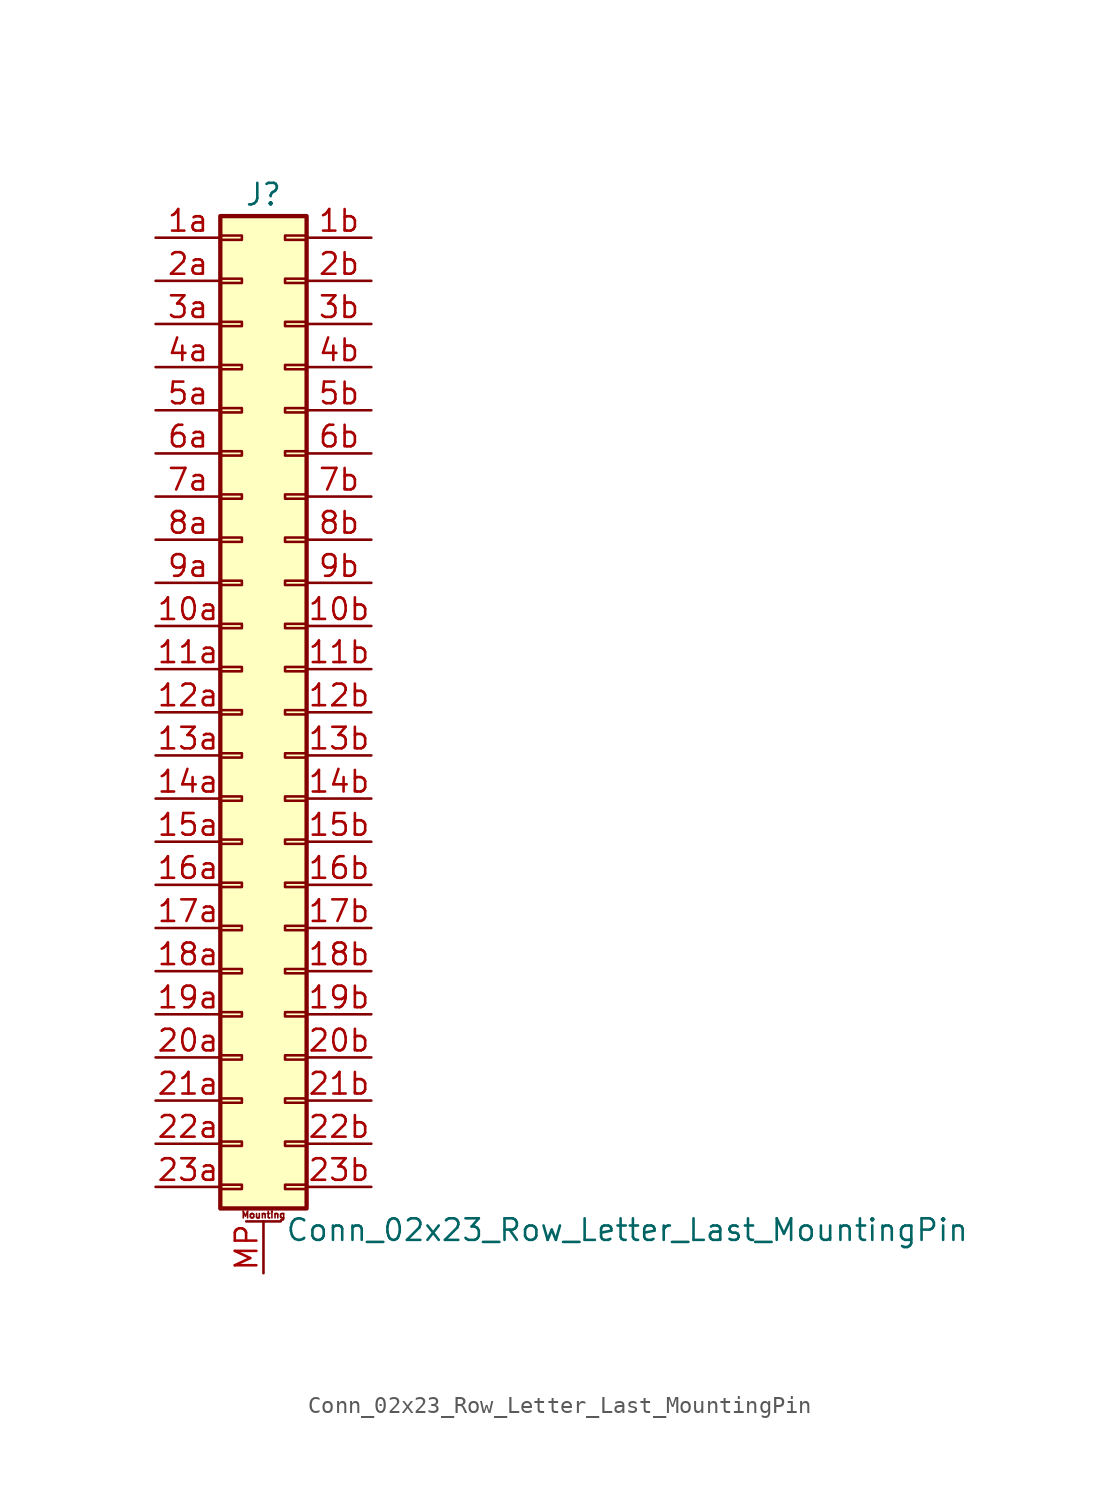
<source format=kicad_sym>
(kicad_symbol_lib
  (version 20211014)
  (generator kicad_symbol_editor)
  (symbol "Conn_02x23_Row_Letter_Last_MountingPin"
    (pin_names
      (offset 1.016) hide)
    (property "Reference" "J"
      (at 1.27 30.48 0)
      (effects (font (size 1.27 1.27))))
    (property "Value" "Conn_02x23_Row_Letter_Last_MountingPin"
      (at 2.54 -30.48 0)
      (effects (font (size 1.27 1.27)) (justify left)))
    (symbol "Conn_02x23_Row_Letter_Last_MountingPin_1_1"
      (rectangle (start -1.27 -27.813) (end 0 -28.067) (stroke (width 0.152) (type default) (color 0 0 0 0)) (fill (type none)))
      (rectangle (start -1.27 -25.273) (end 0 -25.527) (stroke (width 0.152) (type default) (color 0 0 0 0)) (fill (type none)))
      (rectangle (start -1.27 -22.733) (end 0 -22.987) (stroke (width 0.152) (type default) (color 0 0 0 0)) (fill (type none)))
      (rectangle (start -1.27 -20.193) (end 0 -20.447) (stroke (width 0.152) (type default) (color 0 0 0 0)) (fill (type none)))
      (rectangle (start -1.27 -17.653) (end 0 -17.907) (stroke (width 0.152) (type default) (color 0 0 0 0)) (fill (type none)))
      (rectangle (start -1.27 -15.113) (end 0 -15.367) (stroke (width 0.152) (type default) (color 0 0 0 0)) (fill (type none)))
      (rectangle (start -1.27 -12.573) (end 0 -12.827) (stroke (width 0.152) (type default) (color 0 0 0 0)) (fill (type none)))
      (rectangle (start -1.27 -10.033) (end 0 -10.287) (stroke (width 0.152) (type default) (color 0 0 0 0)) (fill (type none)))
      (rectangle (start -1.27 -7.493) (end 0 -7.747) (stroke (width 0.152) (type default) (color 0 0 0 0)) (fill (type none)))
      (rectangle (start -1.27 -4.953) (end 0 -5.207) (stroke (width 0.152) (type default) (color 0 0 0 0)) (fill (type none)))
      (rectangle (start -1.27 -2.413) (end 0 -2.667) (stroke (width 0.152) (type default) (color 0 0 0 0)) (fill (type none)))
      (rectangle (start -1.27 0.127) (end 0 -0.127) (stroke (width 0.152) (type default) (color 0 0 0 0)) (fill (type none)))
      (rectangle (start -1.27 2.667) (end 0 2.413) (stroke (width 0.152) (type default) (color 0 0 0 0)) (fill (type none)))
      (rectangle (start -1.27 5.207) (end 0 4.953) (stroke (width 0.152) (type default) (color 0 0 0 0)) (fill (type none)))
      (rectangle (start -1.27 7.747) (end 0 7.493) (stroke (width 0.152) (type default) (color 0 0 0 0)) (fill (type none)))
      (rectangle (start -1.27 10.287) (end 0 10.033) (stroke (width 0.152) (type default) (color 0 0 0 0)) (fill (type none)))
      (rectangle (start -1.27 12.827) (end 0 12.573) (stroke (width 0.152) (type default) (color 0 0 0 0)) (fill (type none)))
      (rectangle (start -1.27 15.367) (end 0 15.113) (stroke (width 0.152) (type default) (color 0 0 0 0)) (fill (type none)))
      (rectangle (start -1.27 17.907) (end 0 17.653) (stroke (width 0.152) (type default) (color 0 0 0 0)) (fill (type none)))
      (rectangle (start -1.27 20.447) (end 0 20.193) (stroke (width 0.152) (type default) (color 0 0 0 0)) (fill (type none)))
      (rectangle (start -1.27 22.987) (end 0 22.733) (stroke (width 0.152) (type default) (color 0 0 0 0)) (fill (type none)))
      (rectangle (start -1.27 25.527) (end 0 25.273) (stroke (width 0.152) (type default) (color 0 0 0 0)) (fill (type none)))
      (rectangle (start -1.27 28.067) (end 0 27.813) (stroke (width 0.152) (type default) (color 0 0 0 0)) (fill (type none)))
      (rectangle (start -1.27 29.21) (end 3.81 -29.21) (stroke (width 0.254) (type default) (color 0 0 0 0)) (fill (type background)))
      (polyline (pts (xy 0.254 -29.972) (xy 2.286 -29.972)) (stroke (width 0.152) (type default) (color 0 0 0 0)) (fill (type none)))
      (rectangle (start 3.81 -27.813) (end 2.54 -28.067) (stroke (width 0.152) (type default) (color 0 0 0 0)) (fill (type none)))
      (rectangle (start 3.81 -25.273) (end 2.54 -25.527) (stroke (width 0.152) (type default) (color 0 0 0 0)) (fill (type none)))
      (rectangle (start 3.81 -22.733) (end 2.54 -22.987) (stroke (width 0.152) (type default) (color 0 0 0 0)) (fill (type none)))
      (rectangle (start 3.81 -20.193) (end 2.54 -20.447) (stroke (width 0.152) (type default) (color 0 0 0 0)) (fill (type none)))
      (rectangle (start 3.81 -17.653) (end 2.54 -17.907) (stroke (width 0.152) (type default) (color 0 0 0 0)) (fill (type none)))
      (rectangle (start 3.81 -15.113) (end 2.54 -15.367) (stroke (width 0.152) (type default) (color 0 0 0 0)) (fill (type none)))
      (rectangle (start 3.81 -12.573) (end 2.54 -12.827) (stroke (width 0.152) (type default) (color 0 0 0 0)) (fill (type none)))
      (rectangle (start 3.81 -10.033) (end 2.54 -10.287) (stroke (width 0.152) (type default) (color 0 0 0 0)) (fill (type none)))
      (rectangle (start 3.81 -7.493) (end 2.54 -7.747) (stroke (width 0.152) (type default) (color 0 0 0 0)) (fill (type none)))
      (rectangle (start 3.81 -4.953) (end 2.54 -5.207) (stroke (width 0.152) (type default) (color 0 0 0 0)) (fill (type none)))
      (rectangle (start 3.81 -2.413) (end 2.54 -2.667) (stroke (width 0.152) (type default) (color 0 0 0 0)) (fill (type none)))
      (rectangle (start 3.81 0.127) (end 2.54 -0.127) (stroke (width 0.152) (type default) (color 0 0 0 0)) (fill (type none)))
      (rectangle (start 3.81 2.667) (end 2.54 2.413) (stroke (width 0.152) (type default) (color 0 0 0 0)) (fill (type none)))
      (rectangle (start 3.81 5.207) (end 2.54 4.953) (stroke (width 0.152) (type default) (color 0 0 0 0)) (fill (type none)))
      (rectangle (start 3.81 7.747) (end 2.54 7.493) (stroke (width 0.152) (type default) (color 0 0 0 0)) (fill (type none)))
      (rectangle (start 3.81 10.287) (end 2.54 10.033) (stroke (width 0.152) (type default) (color 0 0 0 0)) (fill (type none)))
      (rectangle (start 3.81 12.827) (end 2.54 12.573) (stroke (width 0.152) (type default) (color 0 0 0 0)) (fill (type none)))
      (rectangle (start 3.81 15.367) (end 2.54 15.113) (stroke (width 0.152) (type default) (color 0 0 0 0)) (fill (type none)))
      (rectangle (start 3.81 17.907) (end 2.54 17.653) (stroke (width 0.152) (type default) (color 0 0 0 0)) (fill (type none)))
      (rectangle (start 3.81 20.447) (end 2.54 20.193) (stroke (width 0.152) (type default) (color 0 0 0 0)) (fill (type none)))
      (rectangle (start 3.81 22.987) (end 2.54 22.733) (stroke (width 0.152) (type default) (color 0 0 0 0)) (fill (type none)))
      (rectangle (start 3.81 25.527) (end 2.54 25.273) (stroke (width 0.152) (type default) (color 0 0 0 0)) (fill (type none)))
      (rectangle (start 3.81 28.067) (end 2.54 27.813) (stroke (width 0.152) (type default) (color 0 0 0 0)) (fill (type none)))
      (text "Mounting" (at 1.27 -29.591 0) (effects (font (size 0.381 0.381))))
      (pin passive line (at -5.08 5.08 0) (length 3.81) (name "Pin_10a" (effects (font (size 1.27 1.27)))) (number "10a" (effects (font (size 1.27 1.27)))))
      (pin passive line (at 7.62 5.08 180) (length 3.81) (name "Pin_10b" (effects (font (size 1.27 1.27)))) (number "10b" (effects (font (size 1.27 1.27)))))
      (pin passive line (at -5.08 2.54 0) (length 3.81) (name "Pin_11a" (effects (font (size 1.27 1.27)))) (number "11a" (effects (font (size 1.27 1.27)))))
      (pin passive line (at 7.62 2.54 180) (length 3.81) (name "Pin_11b" (effects (font (size 1.27 1.27)))) (number "11b" (effects (font (size 1.27 1.27)))))
      (pin passive line (at -5.08 0 0) (length 3.81) (name "Pin_12a" (effects (font (size 1.27 1.27)))) (number "12a" (effects (font (size 1.27 1.27)))))
      (pin passive line (at 7.62 0 180) (length 3.81) (name "Pin_12b" (effects (font (size 1.27 1.27)))) (number "12b" (effects (font (size 1.27 1.27)))))
      (pin passive line (at -5.08 -2.54 0) (length 3.81) (name "Pin_13a" (effects (font (size 1.27 1.27)))) (number "13a" (effects (font (size 1.27 1.27)))))
      (pin passive line (at 7.62 -2.54 180) (length 3.81) (name "Pin_13b" (effects (font (size 1.27 1.27)))) (number "13b" (effects (font (size 1.27 1.27)))))
      (pin passive line (at -5.08 -5.08 0) (length 3.81) (name "Pin_14a" (effects (font (size 1.27 1.27)))) (number "14a" (effects (font (size 1.27 1.27)))))
      (pin passive line (at 7.62 -5.08 180) (length 3.81) (name "Pin_14b" (effects (font (size 1.27 1.27)))) (number "14b" (effects (font (size 1.27 1.27)))))
      (pin passive line (at -5.08 -7.62 0) (length 3.81) (name "Pin_15a" (effects (font (size 1.27 1.27)))) (number "15a" (effects (font (size 1.27 1.27)))))
      (pin passive line (at 7.62 -7.62 180) (length 3.81) (name "Pin_15b" (effects (font (size 1.27 1.27)))) (number "15b" (effects (font (size 1.27 1.27)))))
      (pin passive line (at -5.08 -10.16 0) (length 3.81) (name "Pin_16a" (effects (font (size 1.27 1.27)))) (number "16a" (effects (font (size 1.27 1.27)))))
      (pin passive line (at 7.62 -10.16 180) (length 3.81) (name "Pin_16b" (effects (font (size 1.27 1.27)))) (number "16b" (effects (font (size 1.27 1.27)))))
      (pin passive line (at -5.08 -12.7 0) (length 3.81) (name "Pin_17a" (effects (font (size 1.27 1.27)))) (number "17a" (effects (font (size 1.27 1.27)))))
      (pin passive line (at 7.62 -12.7 180) (length 3.81) (name "Pin_17b" (effects (font (size 1.27 1.27)))) (number "17b" (effects (font (size 1.27 1.27)))))
      (pin passive line (at -5.08 -15.24 0) (length 3.81) (name "Pin_18a" (effects (font (size 1.27 1.27)))) (number "18a" (effects (font (size 1.27 1.27)))))
      (pin passive line (at 7.62 -15.24 180) (length 3.81) (name "Pin_18b" (effects (font (size 1.27 1.27)))) (number "18b" (effects (font (size 1.27 1.27)))))
      (pin passive line (at -5.08 -17.78 0) (length 3.81) (name "Pin_19a" (effects (font (size 1.27 1.27)))) (number "19a" (effects (font (size 1.27 1.27)))))
      (pin passive line (at 7.62 -17.78 180) (length 3.81) (name "Pin_19b" (effects (font (size 1.27 1.27)))) (number "19b" (effects (font (size 1.27 1.27)))))
      (pin passive line (at -5.08 27.94 0) (length 3.81) (name "Pin_1a" (effects (font (size 1.27 1.27)))) (number "1a" (effects (font (size 1.27 1.27)))))
      (pin passive line (at 7.62 27.94 180) (length 3.81) (name "Pin_1b" (effects (font (size 1.27 1.27)))) (number "1b" (effects (font (size 1.27 1.27)))))
      (pin passive line (at -5.08 -20.32 0) (length 3.81) (name "Pin_20a" (effects (font (size 1.27 1.27)))) (number "20a" (effects (font (size 1.27 1.27)))))
      (pin passive line (at 7.62 -20.32 180) (length 3.81) (name "Pin_20b" (effects (font (size 1.27 1.27)))) (number "20b" (effects (font (size 1.27 1.27)))))
      (pin passive line (at -5.08 -22.86 0) (length 3.81) (name "Pin_21a" (effects (font (size 1.27 1.27)))) (number "21a" (effects (font (size 1.27 1.27)))))
      (pin passive line (at 7.62 -22.86 180) (length 3.81) (name "Pin_21b" (effects (font (size 1.27 1.27)))) (number "21b" (effects (font (size 1.27 1.27)))))
      (pin passive line (at -5.08 -25.4 0) (length 3.81) (name "Pin_22a" (effects (font (size 1.27 1.27)))) (number "22a" (effects (font (size 1.27 1.27)))))
      (pin passive line (at 7.62 -25.4 180) (length 3.81) (name "Pin_22b" (effects (font (size 1.27 1.27)))) (number "22b" (effects (font (size 1.27 1.27)))))
      (pin passive line (at -5.08 -27.94 0) (length 3.81) (name "Pin_23a" (effects (font (size 1.27 1.27)))) (number "23a" (effects (font (size 1.27 1.27)))))
      (pin passive line (at 7.62 -27.94 180) (length 3.81) (name "Pin_23b" (effects (font (size 1.27 1.27)))) (number "23b" (effects (font (size 1.27 1.27)))))
      (pin passive line (at -5.08 25.4 0) (length 3.81) (name "Pin_2a" (effects (font (size 1.27 1.27)))) (number "2a" (effects (font (size 1.27 1.27)))))
      (pin passive line (at 7.62 25.4 180) (length 3.81) (name "Pin_2b" (effects (font (size 1.27 1.27)))) (number "2b" (effects (font (size 1.27 1.27)))))
      (pin passive line (at -5.08 22.86 0) (length 3.81) (name "Pin_3a" (effects (font (size 1.27 1.27)))) (number "3a" (effects (font (size 1.27 1.27)))))
      (pin passive line (at 7.62 22.86 180) (length 3.81) (name "Pin_3b" (effects (font (size 1.27 1.27)))) (number "3b" (effects (font (size 1.27 1.27)))))
      (pin passive line (at -5.08 20.32 0) (length 3.81) (name "Pin_4a" (effects (font (size 1.27 1.27)))) (number "4a" (effects (font (size 1.27 1.27)))))
      (pin passive line (at 7.62 20.32 180) (length 3.81) (name "Pin_4b" (effects (font (size 1.27 1.27)))) (number "4b" (effects (font (size 1.27 1.27)))))
      (pin passive line (at -5.08 17.78 0) (length 3.81) (name "Pin_5a" (effects (font (size 1.27 1.27)))) (number "5a" (effects (font (size 1.27 1.27)))))
      (pin passive line (at 7.62 17.78 180) (length 3.81) (name "Pin_5b" (effects (font (size 1.27 1.27)))) (number "5b" (effects (font (size 1.27 1.27)))))
      (pin passive line (at -5.08 15.24 0) (length 3.81) (name "Pin_6a" (effects (font (size 1.27 1.27)))) (number "6a" (effects (font (size 1.27 1.27)))))
      (pin passive line (at 7.62 15.24 180) (length 3.81) (name "Pin_6b" (effects (font (size 1.27 1.27)))) (number "6b" (effects (font (size 1.27 1.27)))))
      (pin passive line (at -5.08 12.7 0) (length 3.81) (name "Pin_7a" (effects (font (size 1.27 1.27)))) (number "7a" (effects (font (size 1.27 1.27)))))
      (pin passive line (at 7.62 12.7 180) (length 3.81) (name "Pin_7b" (effects (font (size 1.27 1.27)))) (number "7b" (effects (font (size 1.27 1.27)))))
      (pin passive line (at -5.08 10.16 0) (length 3.81) (name "Pin_8a" (effects (font (size 1.27 1.27)))) (number "8a" (effects (font (size 1.27 1.27)))))
      (pin passive line (at 7.62 10.16 180) (length 3.81) (name "Pin_8b" (effects (font (size 1.27 1.27)))) (number "8b" (effects (font (size 1.27 1.27)))))
      (pin passive line (at -5.08 7.62 0) (length 3.81) (name "Pin_9a" (effects (font (size 1.27 1.27)))) (number "9a" (effects (font (size 1.27 1.27)))))
      (pin passive line (at 7.62 7.62 180) (length 3.81) (name "Pin_9b" (effects (font (size 1.27 1.27)))) (number "9b" (effects (font (size 1.27 1.27)))))
      (pin passive line (at 1.27 -33.02 90) (length 3.048) (name "MountPin" (effects (font (size 1.27 1.27)))) (number "MP" (effects (font (size 1.27 1.27))))))))
</source>
